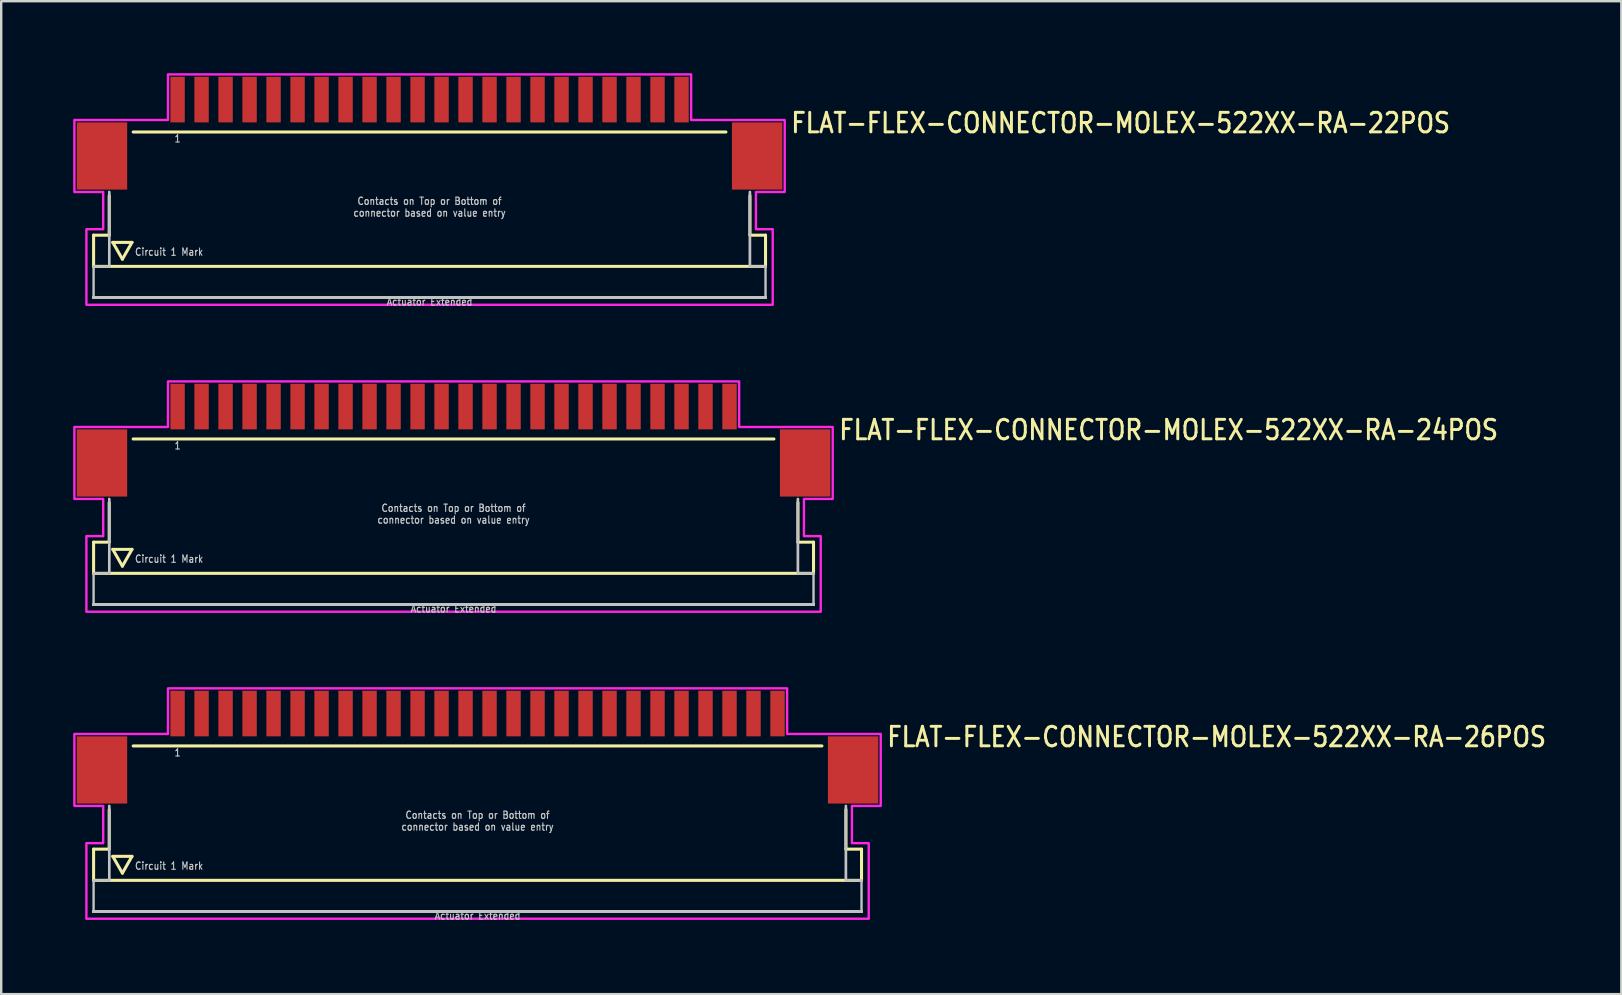
<source format=kicad_pcb>
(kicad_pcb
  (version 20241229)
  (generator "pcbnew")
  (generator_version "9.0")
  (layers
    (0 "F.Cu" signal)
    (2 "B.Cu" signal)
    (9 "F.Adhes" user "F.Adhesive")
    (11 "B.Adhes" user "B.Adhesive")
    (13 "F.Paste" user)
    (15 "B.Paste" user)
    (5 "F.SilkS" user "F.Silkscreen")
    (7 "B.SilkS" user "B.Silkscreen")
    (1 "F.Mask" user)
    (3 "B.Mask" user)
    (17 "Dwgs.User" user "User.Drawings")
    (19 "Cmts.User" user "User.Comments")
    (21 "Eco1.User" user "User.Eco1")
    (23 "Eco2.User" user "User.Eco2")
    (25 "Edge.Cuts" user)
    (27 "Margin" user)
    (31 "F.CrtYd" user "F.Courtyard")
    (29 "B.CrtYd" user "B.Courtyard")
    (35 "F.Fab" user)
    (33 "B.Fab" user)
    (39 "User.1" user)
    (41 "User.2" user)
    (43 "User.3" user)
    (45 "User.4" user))
  (footprint "FLAT-FLEX-CONNECTOR-MOLEX-522XX-RA-26POS"
    (layer "F.Cu")
    (at 16.85 27.634)
    (property "Reference" "FLAT-FLEX-CONNECTOR-MOLEX-522XX-RA-26POS" (at 17 0.5 0) (unlocked yes) (layer "F.SilkS") (effects (font (size 0.813 0.695) (thickness 0.122)) (justify left bottom)))
    (fp_line (start -16 4.7) (end -16 6) (stroke (width 0.127) (type solid)) (layer "F.SilkS"))
    (fp_line (start -16 6) (end 16 6) (stroke (width 0.127) (type solid)) (layer "F.SilkS"))
    (fp_line (start -15.35 3.05) (end -15.35 4.7) (stroke (width 0.127) (type solid)) (layer "F.SilkS"))
    (fp_line (start -15.35 4.7) (end -16 4.7) (stroke (width 0.127) (type solid)) (layer "F.SilkS"))
    (fp_line (start -15.2 5) (end -14.4 5) (stroke (width 0.127) (type solid)) (layer "F.SilkS"))
    (fp_line (start -14.8 5.7) (end -15.2 5) (stroke (width 0.127) (type solid)) (layer "F.SilkS"))
    (fp_line (start -14.4 5) (end -14.8 5.7) (stroke (width 0.127) (type solid)) (layer "F.SilkS"))
    (fp_line (start -14.35 0.4) (end 14.35 0.4) (stroke (width 0.127) (type solid)) (layer "F.SilkS"))
    (fp_line (start 15.35 3.05) (end 15.35 4.7) (stroke (width 0.127) (type solid)) (layer "F.SilkS"))
    (fp_line (start 16 4.7) (end 15.35 4.7) (stroke (width 0.127) (type solid)) (layer "F.SilkS"))
    (fp_line (start 16 6) (end 16 4.7) (stroke (width 0.127) (type solid)) (layer "F.SilkS"))
    (fp_line (start -16 6) (end -16 7.3) (stroke (width 0.1) (type solid)) (layer "Dwgs.User"))
    (fp_line (start -16 7.3) (end 16 7.3) (stroke (width 0.1) (type solid)) (layer "Dwgs.User"))
    (fp_line (start -16 7.3) (end 16 7.3) (stroke (width 0.1) (type solid)) (layer "Dwgs.User"))
    (fp_line (start -16 7.3) (end 16 7.3) (stroke (width 0.1) (type solid)) (layer "Dwgs.User"))
    (fp_line (start -16 7.3) (end 16 7.3) (stroke (width 0.1) (type solid)) (layer "Dwgs.User"))
    (fp_line (start -16 7.3) (end 16 7.3) (stroke (width 0.1) (type solid)) (layer "Dwgs.User"))
    (fp_line (start -16 7.3) (end 16 7.3) (stroke (width 0.1) (type solid)) (layer "Dwgs.User"))
    (fp_line (start -16 7.3) (end 16 7.3) (stroke (width 0.1) (type solid)) (layer "Dwgs.User"))
    (fp_line (start -16 7.3) (end 16 7.3) (stroke (width 0.1) (type solid)) (layer "Dwgs.User"))
    (fp_line (start -16 7.3) (end 16 7.3) (stroke (width 0.1) (type solid)) (layer "Dwgs.User"))
    (fp_line (start -16 7.3) (end 16 7.3) (stroke (width 0.1) (type solid)) (layer "Dwgs.User"))
    (fp_line (start -16 7.3) (end 16 7.3) (stroke (width 0.1) (type solid)) (layer "Dwgs.User"))
    (fp_line (start -16 7.3) (end 16 7.3) (stroke (width 0.1) (type solid)) (layer "Dwgs.User"))
    (fp_line (start -16 7.3) (end 16 7.3) (stroke (width 0.1) (type solid)) (layer "Dwgs.User"))
    (fp_line (start -16 7.3) (end 16 7.3) (stroke (width 0.1) (type solid)) (layer "Dwgs.User"))
    (fp_line (start -16 7.3) (end 16 7.3) (stroke (width 0.1) (type solid)) (layer "Dwgs.User"))
    (fp_line (start -16 7.3) (end 16 7.3) (stroke (width 0.1) (type solid)) (layer "Dwgs.User"))
    (fp_line (start -15.35 2.9) (end -15.35 6) (stroke (width 0.1) (type solid)) (layer "Dwgs.User"))
    (fp_line (start -15.35 2.9) (end -15.35 6) (stroke (width 0.1) (type solid)) (layer "Dwgs.User"))
    (fp_line (start -15.35 6) (end -16 6) (stroke (width 0.1) (type solid)) (layer "Dwgs.User"))
    (fp_line (start 15.35 2.9) (end 15.35 6) (stroke (width 0.1) (type solid)) (layer "Dwgs.User"))
    (fp_line (start 15.35 2.9) (end 15.35 6) (stroke (width 0.1) (type solid)) (layer "Dwgs.User"))
    (fp_line (start 16 6) (end 15.35 6) (stroke (width 0.1) (type solid)) (layer "Dwgs.User"))
    (fp_line (start 16 7.3) (end 16 6) (stroke (width 0.1) (type solid)) (layer "Dwgs.User"))
    (fp_poly (pts (xy -16.8 2.9) (xy -16.8 -0.1) (xy -12.9 -0.1) (xy -12.9 -2) (xy 12.9 -2) (xy 12.9 -0.1) (xy 16.8 -0.1) (xy 16.8 2.9) (xy 15.6 2.9) (xy 15.6 4.45) (xy 16.3 4.45) (xy 16.3 7.6) (xy -16.3 7.6) (xy -16.3 4.45) (xy -15.6 4.45) (xy -15.6 2.9)) (stroke (width 0.1) (type solid)) (fill no) (layer "F.CrtYd"))
    (fp_text user "Actuator Extended" (at 0 7.3 0) (unlocked yes) (layer "Dwgs.User") (effects (font (size 0.305 0.261) (thickness 0.046)) (justify top)))
    (fp_text user "Circuit 1 Mark" (at -14.3 5.4 0) (unlocked yes) (layer "Dwgs.User") (effects (font (size 0.305 0.261) (thickness 0.046)) (justify left)))
    (fp_text user "1" (at -12.5 0.5 0) (unlocked yes) (layer "Dwgs.User") (effects (font (size 0.305 0.261) (thickness 0.046)) (justify top)))
    (fp_text user "Contacts on Top or Bottom of\nconnector based on value entry" (at 0 3.95 0) (unlocked yes) (layer "Dwgs.User") (effects (font (size 0.305 0.261) (thickness 0.046)) (justify bottom)))
    (pad "1" smd rect (at -12.5 -0.95) (size 0.6 1.9) (layers "F.Cu" "F.Mask" "F.Paste"))
    (pad "2" smd rect (at -11.5 -0.95) (size 0.6 1.9) (layers "F.Cu" "F.Mask" "F.Paste"))
    (pad "3" smd rect (at -10.5 -0.95) (size 0.6 1.9) (layers "F.Cu" "F.Mask" "F.Paste"))
    (pad "4" smd rect (at -9.5 -0.95) (size 0.6 1.9) (layers "F.Cu" "F.Mask" "F.Paste"))
    (pad "5" smd rect (at -8.5 -0.95) (size 0.6 1.9) (layers "F.Cu" "F.Mask" "F.Paste"))
    (pad "6" smd rect (at -7.5 -0.95) (size 0.6 1.9) (layers "F.Cu" "F.Mask" "F.Paste"))
    (pad "7" smd rect (at -6.5 -0.95) (size 0.6 1.9) (layers "F.Cu" "F.Mask" "F.Paste"))
    (pad "8" smd rect (at -5.5 -0.95) (size 0.6 1.9) (layers "F.Cu" "F.Mask" "F.Paste"))
    (pad "9" smd rect (at -4.5 -0.95) (size 0.6 1.9) (layers "F.Cu" "F.Mask" "F.Paste"))
    (pad "10" smd rect (at -3.5 -0.95) (size 0.6 1.9) (layers "F.Cu" "F.Mask" "F.Paste"))
    (pad "11" smd rect (at -2.5 -0.95) (size 0.6 1.9) (layers "F.Cu" "F.Mask" "F.Paste"))
    (pad "12" smd rect (at -1.5 -0.95) (size 0.6 1.9) (layers "F.Cu" "F.Mask" "F.Paste"))
    (pad "13" smd rect (at -0.5 -0.95) (size 0.6 1.9) (layers "F.Cu" "F.Mask" "F.Paste"))
    (pad "14" smd rect (at 0.5 -0.95) (size 0.6 1.9) (layers "F.Cu" "F.Mask" "F.Paste"))
    (pad "15" smd rect (at 1.5 -0.95) (size 0.6 1.9) (layers "F.Cu" "F.Mask" "F.Paste"))
    (pad "16" smd rect (at 2.5 -0.95) (size 0.6 1.9) (layers "F.Cu" "F.Mask" "F.Paste"))
    (pad "17" smd rect (at 3.5 -0.95) (size 0.6 1.9) (layers "F.Cu" "F.Mask" "F.Paste"))
    (pad "18" smd rect (at 4.5 -0.95) (size 0.6 1.9) (layers "F.Cu" "F.Mask" "F.Paste"))
    (pad "19" smd rect (at 5.5 -0.95) (size 0.6 1.9) (layers "F.Cu" "F.Mask" "F.Paste"))
    (pad "20" smd rect (at 6.5 -0.95) (size 0.6 1.9) (layers "F.Cu" "F.Mask" "F.Paste"))
    (pad "21" smd rect (at 7.5 -0.95) (size 0.6 1.9) (layers "F.Cu" "F.Mask" "F.Paste"))
    (pad "22" smd rect (at 8.5 -0.95) (size 0.6 1.9) (layers "F.Cu" "F.Mask" "F.Paste"))
    (pad "23" smd rect (at 9.5 -0.95) (size 0.6 1.9) (layers "F.Cu" "F.Mask" "F.Paste"))
    (pad "24" smd rect (at 10.5 -0.95) (size 0.6 1.9) (layers "F.Cu" "F.Mask" "F.Paste"))
    (pad "25" smd rect (at 11.5 -0.95) (size 0.6 1.9) (layers "F.Cu" "F.Mask" "F.Paste"))
    (pad "26" smd rect (at 12.5 -0.95) (size 0.6 1.9) (layers "F.Cu" "F.Mask" "F.Paste"))
    (pad "M1" smd rect (at -15.65 1.4) (size 2.1 2.8) (layers "F.Cu" "F.Mask" "F.Paste"))
    (pad "M2" smd rect (at 15.65 1.4) (size 2.1 2.8) (layers "F.Cu" "F.Mask" "F.Paste")))
  (footprint "FLAT-FLEX-CONNECTOR-MOLEX-522XX-RA-22POS"
    (layer "F.Cu")
    (at 14.85 2.05)
    (property "Reference" "FLAT-FLEX-CONNECTOR-MOLEX-522XX-RA-22POS" (at 15 0.5 0) (unlocked yes) (layer "F.SilkS") (effects (font (size 0.813 0.695) (thickness 0.122)) (justify left bottom)))
    (fp_line (start -14 4.7) (end -14 6) (stroke (width 0.127) (type solid)) (layer "F.SilkS"))
    (fp_line (start -14 6) (end 14 6) (stroke (width 0.127) (type solid)) (layer "F.SilkS"))
    (fp_line (start -13.35 3.05) (end -13.35 4.7) (stroke (width 0.127) (type solid)) (layer "F.SilkS"))
    (fp_line (start -13.35 4.7) (end -14 4.7) (stroke (width 0.127) (type solid)) (layer "F.SilkS"))
    (fp_line (start -13.2 5) (end -12.4 5) (stroke (width 0.127) (type solid)) (layer "F.SilkS"))
    (fp_line (start -12.8 5.7) (end -13.2 5) (stroke (width 0.127) (type solid)) (layer "F.SilkS"))
    (fp_line (start -12.4 5) (end -12.8 5.7) (stroke (width 0.127) (type solid)) (layer "F.SilkS"))
    (fp_line (start -12.35 0.4) (end 12.35 0.4) (stroke (width 0.127) (type solid)) (layer "F.SilkS"))
    (fp_line (start 13.35 3.05) (end 13.35 4.7) (stroke (width 0.127) (type solid)) (layer "F.SilkS"))
    (fp_line (start 14 4.7) (end 13.35 4.7) (stroke (width 0.127) (type solid)) (layer "F.SilkS"))
    (fp_line (start 14 6) (end 14 4.7) (stroke (width 0.127) (type solid)) (layer "F.SilkS"))
    (fp_line (start -14 6) (end -14 7.3) (stroke (width 0.1) (type solid)) (layer "Dwgs.User"))
    (fp_line (start -14 7.3) (end 14 7.3) (stroke (width 0.1) (type solid)) (layer "Dwgs.User"))
    (fp_line (start -14 7.3) (end 14 7.3) (stroke (width 0.1) (type solid)) (layer "Dwgs.User"))
    (fp_line (start -14 7.3) (end 14 7.3) (stroke (width 0.1) (type solid)) (layer "Dwgs.User"))
    (fp_line (start -14 7.3) (end 14 7.3) (stroke (width 0.1) (type solid)) (layer "Dwgs.User"))
    (fp_line (start -14 7.3) (end 14 7.3) (stroke (width 0.1) (type solid)) (layer "Dwgs.User"))
    (fp_line (start -14 7.3) (end 14 7.3) (stroke (width 0.1) (type solid)) (layer "Dwgs.User"))
    (fp_line (start -14 7.3) (end 14 7.3) (stroke (width 0.1) (type solid)) (layer "Dwgs.User"))
    (fp_line (start -14 7.3) (end 14 7.3) (stroke (width 0.1) (type solid)) (layer "Dwgs.User"))
    (fp_line (start -14 7.3) (end 14 7.3) (stroke (width 0.1) (type solid)) (layer "Dwgs.User"))
    (fp_line (start -14 7.3) (end 14 7.3) (stroke (width 0.1) (type solid)) (layer "Dwgs.User"))
    (fp_line (start -14 7.3) (end 14 7.3) (stroke (width 0.1) (type solid)) (layer "Dwgs.User"))
    (fp_line (start -14 7.3) (end 14 7.3) (stroke (width 0.1) (type solid)) (layer "Dwgs.User"))
    (fp_line (start -14 7.3) (end 14 7.3) (stroke (width 0.1) (type solid)) (layer "Dwgs.User"))
    (fp_line (start -14 7.3) (end 14 7.3) (stroke (width 0.1) (type solid)) (layer "Dwgs.User"))
    (fp_line (start -13.35 2.9) (end -13.35 6) (stroke (width 0.1) (type solid)) (layer "Dwgs.User"))
    (fp_line (start -13.35 2.9) (end -13.35 6) (stroke (width 0.1) (type solid)) (layer "Dwgs.User"))
    (fp_line (start -13.35 6) (end -14 6) (stroke (width 0.1) (type solid)) (layer "Dwgs.User"))
    (fp_line (start 13.35 2.9) (end 13.35 6) (stroke (width 0.1) (type solid)) (layer "Dwgs.User"))
    (fp_line (start 13.35 2.9) (end 13.35 6) (stroke (width 0.1) (type solid)) (layer "Dwgs.User"))
    (fp_line (start 14 6) (end 13.35 6) (stroke (width 0.1) (type solid)) (layer "Dwgs.User"))
    (fp_line (start 14 7.3) (end 14 6) (stroke (width 0.1) (type solid)) (layer "Dwgs.User"))
    (fp_poly (pts (xy -14.8 2.9) (xy -14.8 -0.1) (xy -10.9 -0.1) (xy -10.9 -2) (xy 10.9 -2) (xy 10.9 -0.1) (xy 14.8 -0.1) (xy 14.8 2.9) (xy 13.6 2.9) (xy 13.6 4.45) (xy 14.3 4.45) (xy 14.3 7.6) (xy -14.3 7.6) (xy -14.3 4.45) (xy -13.6 4.45) (xy -13.6 2.9)) (stroke (width 0.1) (type solid)) (fill no) (layer "F.CrtYd"))
    (fp_text user "Circuit 1 Mark" (at -12.3 5.4 0) (unlocked yes) (layer "Dwgs.User") (effects (font (size 0.305 0.261) (thickness 0.046)) (justify left)))
    (fp_text user "Contacts on Top or Bottom of\nconnector based on value entry" (at 0 3.95 0) (unlocked yes) (layer "Dwgs.User") (effects (font (size 0.305 0.261) (thickness 0.046)) (justify bottom)))
    (fp_text user "Actuator Extended" (at 0 7.3 0) (unlocked yes) (layer "Dwgs.User") (effects (font (size 0.305 0.261) (thickness 0.046)) (justify top)))
    (fp_text user "1" (at -10.5 0.5 0) (unlocked yes) (layer "Dwgs.User") (effects (font (size 0.305 0.261) (thickness 0.046)) (justify top)))
    (pad "1" smd rect (at -10.5 -0.95) (size 0.6 1.9) (layers "F.Cu" "F.Mask" "F.Paste"))
    (pad "2" smd rect (at -9.5 -0.95) (size 0.6 1.9) (layers "F.Cu" "F.Mask" "F.Paste"))
    (pad "3" smd rect (at -8.5 -0.95) (size 0.6 1.9) (layers "F.Cu" "F.Mask" "F.Paste"))
    (pad "4" smd rect (at -7.5 -0.95) (size 0.6 1.9) (layers "F.Cu" "F.Mask" "F.Paste"))
    (pad "5" smd rect (at -6.5 -0.95) (size 0.6 1.9) (layers "F.Cu" "F.Mask" "F.Paste"))
    (pad "6" smd rect (at -5.5 -0.95) (size 0.6 1.9) (layers "F.Cu" "F.Mask" "F.Paste"))
    (pad "7" smd rect (at -4.5 -0.95) (size 0.6 1.9) (layers "F.Cu" "F.Mask" "F.Paste"))
    (pad "8" smd rect (at -3.5 -0.95) (size 0.6 1.9) (layers "F.Cu" "F.Mask" "F.Paste"))
    (pad "9" smd rect (at -2.5 -0.95) (size 0.6 1.9) (layers "F.Cu" "F.Mask" "F.Paste"))
    (pad "10" smd rect (at -1.5 -0.95) (size 0.6 1.9) (layers "F.Cu" "F.Mask" "F.Paste"))
    (pad "11" smd rect (at -0.5 -0.95) (size 0.6 1.9) (layers "F.Cu" "F.Mask" "F.Paste"))
    (pad "12" smd rect (at 0.5 -0.95) (size 0.6 1.9) (layers "F.Cu" "F.Mask" "F.Paste"))
    (pad "13" smd rect (at 1.5 -0.95) (size 0.6 1.9) (layers "F.Cu" "F.Mask" "F.Paste"))
    (pad "14" smd rect (at 2.5 -0.95) (size 0.6 1.9) (layers "F.Cu" "F.Mask" "F.Paste"))
    (pad "15" smd rect (at 3.5 -0.95) (size 0.6 1.9) (layers "F.Cu" "F.Mask" "F.Paste"))
    (pad "16" smd rect (at 4.5 -0.95) (size 0.6 1.9) (layers "F.Cu" "F.Mask" "F.Paste"))
    (pad "17" smd rect (at 5.5 -0.95) (size 0.6 1.9) (layers "F.Cu" "F.Mask" "F.Paste"))
    (pad "18" smd rect (at 6.5 -0.95) (size 0.6 1.9) (layers "F.Cu" "F.Mask" "F.Paste"))
    (pad "19" smd rect (at 7.5 -0.95) (size 0.6 1.9) (layers "F.Cu" "F.Mask" "F.Paste"))
    (pad "20" smd rect (at 8.5 -0.95) (size 0.6 1.9) (layers "F.Cu" "F.Mask" "F.Paste"))
    (pad "21" smd rect (at 9.5 -0.95) (size 0.6 1.9) (layers "F.Cu" "F.Mask" "F.Paste"))
    (pad "22" smd rect (at 10.5 -0.95) (size 0.6 1.9) (layers "F.Cu" "F.Mask" "F.Paste"))
    (pad "M1" smd rect (at -13.65 1.4) (size 2.1 2.8) (layers "F.Cu" "F.Mask" "F.Paste"))
    (pad "M2" smd rect (at 13.65 1.4) (size 2.1 2.8) (layers "F.Cu" "F.Mask" "F.Paste")))
  (footprint "FLAT-FLEX-CONNECTOR-MOLEX-522XX-RA-24POS"
    (layer "F.Cu")
    (at 15.85 14.842)
    (property "Reference" "FLAT-FLEX-CONNECTOR-MOLEX-522XX-RA-24POS" (at 16 0.5 0) (unlocked yes) (layer "F.SilkS") (effects (font (size 0.813 0.695) (thickness 0.122)) (justify left bottom)))
    (fp_line (start -15 4.7) (end -15 6) (stroke (width 0.127) (type solid)) (layer "F.SilkS"))
    (fp_line (start -15 6) (end 15 6) (stroke (width 0.127) (type solid)) (layer "F.SilkS"))
    (fp_line (start -14.35 3.05) (end -14.35 4.7) (stroke (width 0.127) (type solid)) (layer "F.SilkS"))
    (fp_line (start -14.35 4.7) (end -15 4.7) (stroke (width 0.127) (type solid)) (layer "F.SilkS"))
    (fp_line (start -14.2 5) (end -13.4 5) (stroke (width 0.127) (type solid)) (layer "F.SilkS"))
    (fp_line (start -13.8 5.7) (end -14.2 5) (stroke (width 0.127) (type solid)) (layer "F.SilkS"))
    (fp_line (start -13.4 5) (end -13.8 5.7) (stroke (width 0.127) (type solid)) (layer "F.SilkS"))
    (fp_line (start -13.35 0.4) (end 13.35 0.4) (stroke (width 0.127) (type solid)) (layer "F.SilkS"))
    (fp_line (start 14.35 3.05) (end 14.35 4.7) (stroke (width 0.127) (type solid)) (layer "F.SilkS"))
    (fp_line (start 15 4.7) (end 14.35 4.7) (stroke (width 0.127) (type solid)) (layer "F.SilkS"))
    (fp_line (start 15 6) (end 15 4.7) (stroke (width 0.127) (type solid)) (layer "F.SilkS"))
    (fp_line (start -15 6) (end -15 7.3) (stroke (width 0.1) (type solid)) (layer "Dwgs.User"))
    (fp_line (start -15 7.3) (end 15 7.3) (stroke (width 0.1) (type solid)) (layer "Dwgs.User"))
    (fp_line (start -15 7.3) (end 15 7.3) (stroke (width 0.1) (type solid)) (layer "Dwgs.User"))
    (fp_line (start -15 7.3) (end 15 7.3) (stroke (width 0.1) (type solid)) (layer "Dwgs.User"))
    (fp_line (start -15 7.3) (end 15 7.3) (stroke (width 0.1) (type solid)) (layer "Dwgs.User"))
    (fp_line (start -15 7.3) (end 15 7.3) (stroke (width 0.1) (type solid)) (layer "Dwgs.User"))
    (fp_line (start -15 7.3) (end 15 7.3) (stroke (width 0.1) (type solid)) (layer "Dwgs.User"))
    (fp_line (start -15 7.3) (end 15 7.3) (stroke (width 0.1) (type solid)) (layer "Dwgs.User"))
    (fp_line (start -15 7.3) (end 15 7.3) (stroke (width 0.1) (type solid)) (layer "Dwgs.User"))
    (fp_line (start -15 7.3) (end 15 7.3) (stroke (width 0.1) (type solid)) (layer "Dwgs.User"))
    (fp_line (start -15 7.3) (end 15 7.3) (stroke (width 0.1) (type solid)) (layer "Dwgs.User"))
    (fp_line (start -15 7.3) (end 15 7.3) (stroke (width 0.1) (type solid)) (layer "Dwgs.User"))
    (fp_line (start -15 7.3) (end 15 7.3) (stroke (width 0.1) (type solid)) (layer "Dwgs.User"))
    (fp_line (start -15 7.3) (end 15 7.3) (stroke (width 0.1) (type solid)) (layer "Dwgs.User"))
    (fp_line (start -15 7.3) (end 15 7.3) (stroke (width 0.1) (type solid)) (layer "Dwgs.User"))
    (fp_line (start -15 7.3) (end 15 7.3) (stroke (width 0.1) (type solid)) (layer "Dwgs.User"))
    (fp_line (start -14.35 2.9) (end -14.35 6) (stroke (width 0.1) (type solid)) (layer "Dwgs.User"))
    (fp_line (start -14.35 2.9) (end -14.35 6) (stroke (width 0.1) (type solid)) (layer "Dwgs.User"))
    (fp_line (start -14.35 6) (end -15 6) (stroke (width 0.1) (type solid)) (layer "Dwgs.User"))
    (fp_line (start 14.35 2.9) (end 14.35 6) (stroke (width 0.1) (type solid)) (layer "Dwgs.User"))
    (fp_line (start 14.35 2.9) (end 14.35 6) (stroke (width 0.1) (type solid)) (layer "Dwgs.User"))
    (fp_line (start 15 6) (end 14.35 6) (stroke (width 0.1) (type solid)) (layer "Dwgs.User"))
    (fp_line (start 15 7.3) (end 15 6) (stroke (width 0.1) (type solid)) (layer "Dwgs.User"))
    (fp_poly (pts (xy -15.8 2.9) (xy -15.8 -0.1) (xy -11.9 -0.1) (xy -11.9 -2) (xy 11.9 -2) (xy 11.9 -0.1) (xy 15.8 -0.1) (xy 15.8 2.9) (xy 14.6 2.9) (xy 14.6 4.45) (xy 15.3 4.45) (xy 15.3 7.6) (xy -15.3 7.6) (xy -15.3 4.45) (xy -14.6 4.45) (xy -14.6 2.9)) (stroke (width 0.1) (type solid)) (fill no) (layer "F.CrtYd"))
    (fp_text user "1" (at -11.5 0.5 0) (unlocked yes) (layer "Dwgs.User") (effects (font (size 0.305 0.261) (thickness 0.046)) (justify top)))
    (fp_text user "Actuator Extended" (at 0 7.3 0) (unlocked yes) (layer "Dwgs.User") (effects (font (size 0.305 0.261) (thickness 0.046)) (justify top)))
    (fp_text user "Contacts on Top or Bottom of\nconnector based on value entry" (at 0 3.95 0) (unlocked yes) (layer "Dwgs.User") (effects (font (size 0.305 0.261) (thickness 0.046)) (justify bottom)))
    (fp_text user "Circuit 1 Mark" (at -13.3 5.4 0) (unlocked yes) (layer "Dwgs.User") (effects (font (size 0.305 0.261) (thickness 0.046)) (justify left)))
    (pad "1" smd rect (at -11.5 -0.95) (size 0.6 1.9) (layers "F.Cu" "F.Mask" "F.Paste"))
    (pad "2" smd rect (at -10.5 -0.95) (size 0.6 1.9) (layers "F.Cu" "F.Mask" "F.Paste"))
    (pad "3" smd rect (at -9.5 -0.95) (size 0.6 1.9) (layers "F.Cu" "F.Mask" "F.Paste"))
    (pad "4" smd rect (at -8.5 -0.95) (size 0.6 1.9) (layers "F.Cu" "F.Mask" "F.Paste"))
    (pad "5" smd rect (at -7.5 -0.95) (size 0.6 1.9) (layers "F.Cu" "F.Mask" "F.Paste"))
    (pad "6" smd rect (at -6.5 -0.95) (size 0.6 1.9) (layers "F.Cu" "F.Mask" "F.Paste"))
    (pad "7" smd rect (at -5.5 -0.95) (size 0.6 1.9) (layers "F.Cu" "F.Mask" "F.Paste"))
    (pad "8" smd rect (at -4.5 -0.95) (size 0.6 1.9) (layers "F.Cu" "F.Mask" "F.Paste"))
    (pad "9" smd rect (at -3.5 -0.95) (size 0.6 1.9) (layers "F.Cu" "F.Mask" "F.Paste"))
    (pad "10" smd rect (at -2.5 -0.95) (size 0.6 1.9) (layers "F.Cu" "F.Mask" "F.Paste"))
    (pad "11" smd rect (at -1.5 -0.95) (size 0.6 1.9) (layers "F.Cu" "F.Mask" "F.Paste"))
    (pad "12" smd rect (at -0.5 -0.95) (size 0.6 1.9) (layers "F.Cu" "F.Mask" "F.Paste"))
    (pad "13" smd rect (at 0.5 -0.95) (size 0.6 1.9) (layers "F.Cu" "F.Mask" "F.Paste"))
    (pad "14" smd rect (at 1.5 -0.95) (size 0.6 1.9) (layers "F.Cu" "F.Mask" "F.Paste"))
    (pad "15" smd rect (at 2.5 -0.95) (size 0.6 1.9) (layers "F.Cu" "F.Mask" "F.Paste"))
    (pad "16" smd rect (at 3.5 -0.95) (size 0.6 1.9) (layers "F.Cu" "F.Mask" "F.Paste"))
    (pad "17" smd rect (at 4.5 -0.95) (size 0.6 1.9) (layers "F.Cu" "F.Mask" "F.Paste"))
    (pad "18" smd rect (at 5.5 -0.95) (size 0.6 1.9) (layers "F.Cu" "F.Mask" "F.Paste"))
    (pad "19" smd rect (at 6.5 -0.95) (size 0.6 1.9) (layers "F.Cu" "F.Mask" "F.Paste"))
    (pad "20" smd rect (at 7.5 -0.95) (size 0.6 1.9) (layers "F.Cu" "F.Mask" "F.Paste"))
    (pad "21" smd rect (at 8.5 -0.95) (size 0.6 1.9) (layers "F.Cu" "F.Mask" "F.Paste"))
    (pad "22" smd rect (at 9.5 -0.95) (size 0.6 1.9) (layers "F.Cu" "F.Mask" "F.Paste"))
    (pad "23" smd rect (at 10.5 -0.95) (size 0.6 1.9) (layers "F.Cu" "F.Mask" "F.Paste"))
    (pad "24" smd rect (at 11.5 -0.95) (size 0.6 1.9) (layers "F.Cu" "F.Mask" "F.Paste"))
    (pad "M1" smd rect (at -14.65 1.4) (size 2.1 2.8) (layers "F.Cu" "F.Mask" "F.Paste"))
    (pad "M2" smd rect (at 14.65 1.4) (size 2.1 2.8) (layers "F.Cu" "F.Mask" "F.Paste")))
  (gr_rect
    (start -3 -3)
    (end 64.511 38.376)
    (stroke (width 0.1) (type default))
    (fill no)
    (layer "Edge.Cuts")))
</source>
